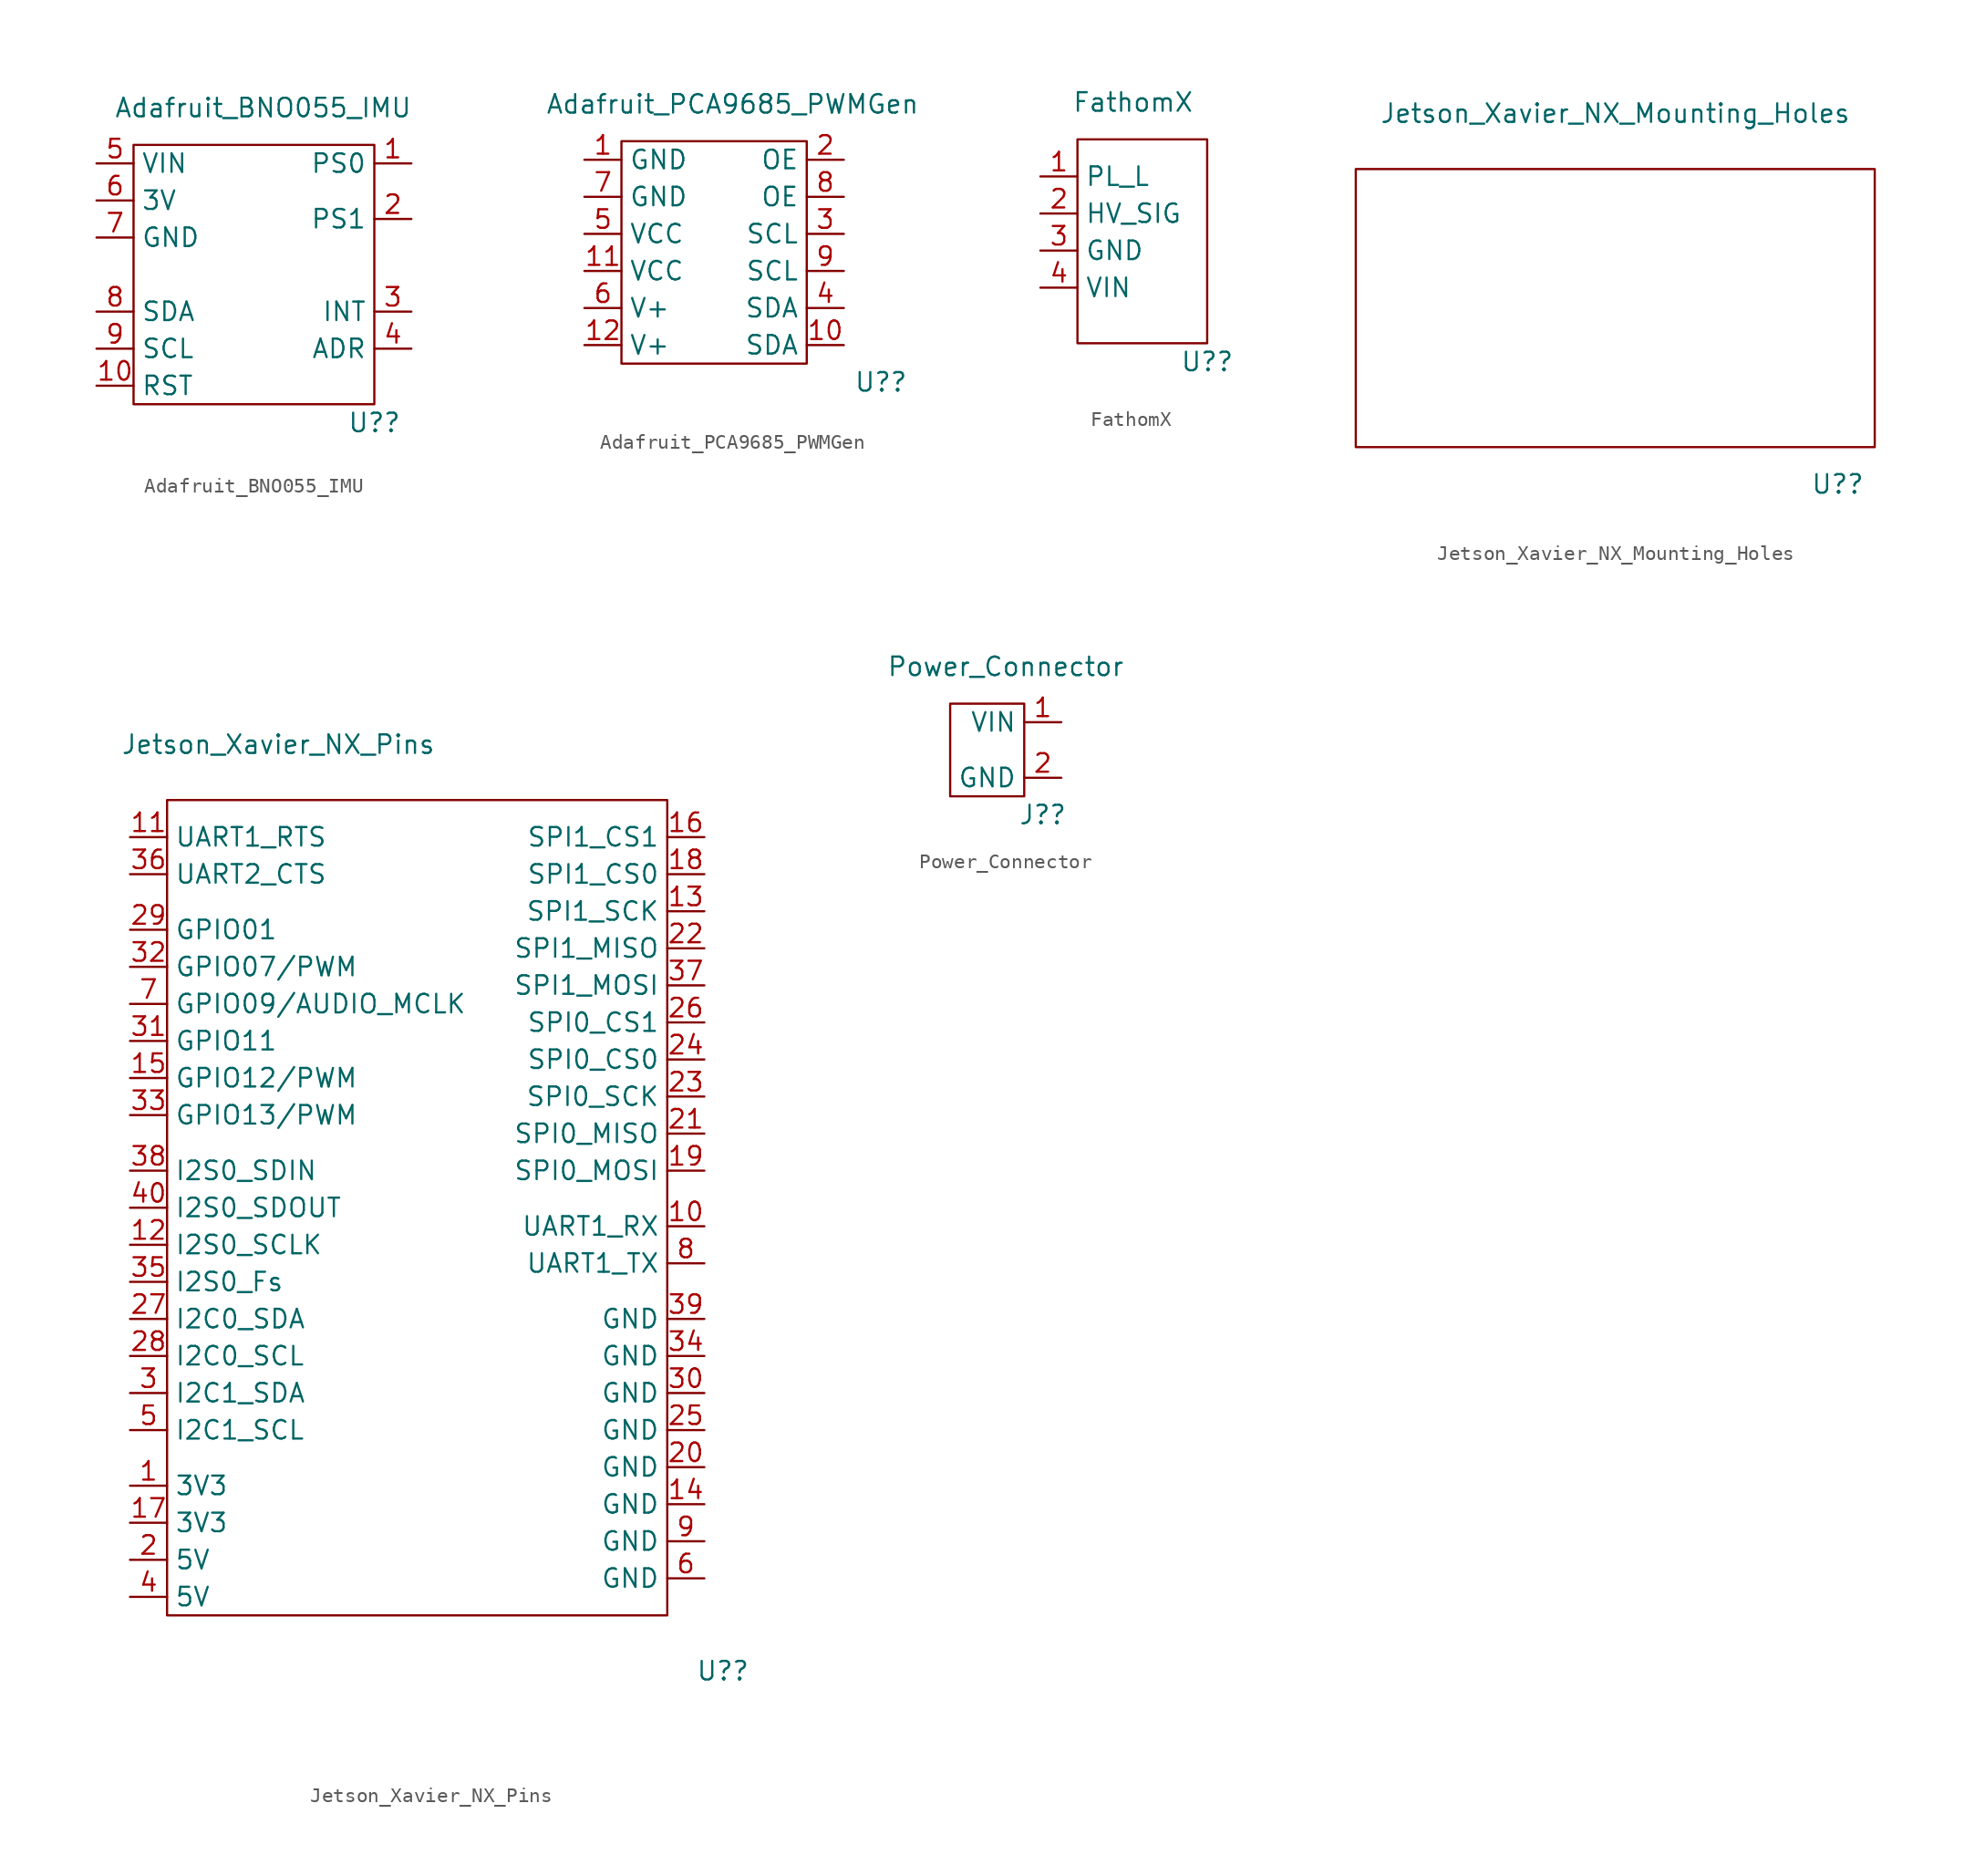
<source format=kicad_sym>
(kicad_symbol_lib
  (version 20211014)
  (generator kicad_symbol_editor)
  (symbol "Adafruit_BNO055_IMU"
    (property "Reference" "U?"
      (at 7.62 -10.16 0)
      (effects (font (size 1.27 1.27))))
    (property "Value" "Adafruit_BNO055_IMU"
      (at 0 11.43 0)
      (effects (font (size 1.27 1.27))))
    (symbol "Adafruit_BNO055_IMU_0_1"
      (rectangle (start -8.89 8.89) (end 7.62 -8.89) (stroke (width 0) (type default) (color 0 0 0 0)) (fill (type none))))
    (symbol "Adafruit_BNO055_IMU_1_1"
      (pin input line (at 10.16 7.62 180) (length 2.54) (name "PS0" (effects (font (size 1.27 1.27)))) (number "1" (effects (font (size 1.27 1.27)))))
      (pin input line (at -11.43 -7.62 0) (length 2.54) (name "RST" (effects (font (size 1.27 1.27)))) (number "10" (effects (font (size 1.27 1.27)))))
      (pin input line (at 10.16 3.81 180) (length 2.54) (name "PS1" (effects (font (size 1.27 1.27)))) (number "2" (effects (font (size 1.27 1.27)))))
      (pin input line (at 10.16 -2.54 180) (length 2.54) (name "INT" (effects (font (size 1.27 1.27)))) (number "3" (effects (font (size 1.27 1.27)))))
      (pin input line (at 10.16 -5.08 180) (length 2.54) (name "ADR" (effects (font (size 1.27 1.27)))) (number "4" (effects (font (size 1.27 1.27)))))
      (pin input line (at -11.43 7.62 0) (length 2.54) (name "VIN" (effects (font (size 1.27 1.27)))) (number "5" (effects (font (size 1.27 1.27)))))
      (pin input line (at -11.43 5.08 0) (length 2.54) (name "3V" (effects (font (size 1.27 1.27)))) (number "6" (effects (font (size 1.27 1.27)))))
      (pin input line (at -11.43 2.54 0) (length 2.54) (name "GND" (effects (font (size 1.27 1.27)))) (number "7" (effects (font (size 1.27 1.27)))))
      (pin input line (at -11.43 -2.54 0) (length 2.54) (name "SDA" (effects (font (size 1.27 1.27)))) (number "8" (effects (font (size 1.27 1.27)))))
      (pin input line (at -11.43 -5.08 0) (length 2.54) (name "SCL" (effects (font (size 1.27 1.27)))) (number "9" (effects (font (size 1.27 1.27)))))))
  (symbol "Adafruit_PCA9685_PWMGen"
    (property "Reference" "U?"
      (at 6.35 -11.43 0)
      (effects (font (size 1.27 1.27))))
    (property "Value" "Adafruit_PCA9685_PWMGen"
      (at -3.81 7.62 0)
      (effects (font (size 1.27 1.27))))
    (symbol "Adafruit_PCA9685_PWMGen_0_1"
      (rectangle (start -11.43 5.08) (end 1.27 -10.16) (stroke (width 0) (type default) (color 0 0 0 0)) (fill (type none))))
    (symbol "Adafruit_PCA9685_PWMGen_1_1"
      (pin input line (at -13.97 3.81 0) (length 2.54) (name "GND" (effects (font (size 1.27 1.27)))) (number "1" (effects (font (size 1.27 1.27)))))
      (pin input line (at 3.81 -8.89 180) (length 2.54) (name "SDA" (effects (font (size 1.27 1.27)))) (number "10" (effects (font (size 1.27 1.27)))))
      (pin input line (at -13.97 -3.81 0) (length 2.54) (name "VCC" (effects (font (size 1.27 1.27)))) (number "11" (effects (font (size 1.27 1.27)))))
      (pin input line (at -13.97 -8.89 0) (length 2.54) (name "V+" (effects (font (size 1.27 1.27)))) (number "12" (effects (font (size 1.27 1.27)))))
      (pin input line (at 3.81 3.81 180) (length 2.54) (name "OE" (effects (font (size 1.27 1.27)))) (number "2" (effects (font (size 1.27 1.27)))))
      (pin input line (at 3.81 -1.27 180) (length 2.54) (name "SCL" (effects (font (size 1.27 1.27)))) (number "3" (effects (font (size 1.27 1.27)))))
      (pin input line (at 3.81 -6.35 180) (length 2.54) (name "SDA" (effects (font (size 1.27 1.27)))) (number "4" (effects (font (size 1.27 1.27)))))
      (pin input line (at -13.97 -1.27 0) (length 2.54) (name "VCC" (effects (font (size 1.27 1.27)))) (number "5" (effects (font (size 1.27 1.27)))))
      (pin input line (at -13.97 -6.35 0) (length 2.54) (name "V+" (effects (font (size 1.27 1.27)))) (number "6" (effects (font (size 1.27 1.27)))))
      (pin input line (at -13.97 1.27 0) (length 2.54) (name "GND" (effects (font (size 1.27 1.27)))) (number "7" (effects (font (size 1.27 1.27)))))
      (pin input line (at 3.81 1.27 180) (length 2.54) (name "OE" (effects (font (size 1.27 1.27)))) (number "8" (effects (font (size 1.27 1.27)))))
      (pin input line (at 3.81 -3.81 180) (length 2.54) (name "SCL" (effects (font (size 1.27 1.27)))) (number "9" (effects (font (size 1.27 1.27)))))))
  (symbol "FathomX"
    (property "Reference" "U?"
      (at 5.08 -8.89 0)
      (effects (font (size 1.27 1.27))))
    (property "Value" "FathomX"
      (at 0 8.89 0)
      (effects (font (size 1.27 1.27))))
    (symbol "FathomX_0_1"
      (rectangle (start -3.81 6.35) (end 5.08 -7.62) (stroke (width 0) (type default) (color 0 0 0 0)) (fill (type none))))
    (symbol "FathomX_1_1"
      (pin input line (at -6.35 3.81 0) (length 2.54) (name "PL_L" (effects (font (size 1.27 1.27)))) (number "1" (effects (font (size 1.27 1.27)))))
      (pin input line (at -6.35 1.27 0) (length 2.54) (name "HV_SIG" (effects (font (size 1.27 1.27)))) (number "2" (effects (font (size 1.27 1.27)))))
      (pin input line (at -6.35 -1.27 0) (length 2.54) (name "GND" (effects (font (size 1.27 1.27)))) (number "3" (effects (font (size 1.27 1.27)))))
      (pin input line (at -6.35 -3.81 0) (length 2.54) (name "VIN" (effects (font (size 1.27 1.27)))) (number "4" (effects (font (size 1.27 1.27)))))))
  (symbol "Jetson_Xavier_NX_Mounting_Holes"
    (property "Reference" "U?"
      (at 15.24 -11.43 0)
      (effects (font (size 1.27 1.27))))
    (property "Value" "Jetson_Xavier_NX_Mounting_Holes"
      (at 0 13.97 0)
      (effects (font (size 1.27 1.27))))
    (symbol "Jetson_Xavier_NX_Mounting_Holes_0_1"
      (rectangle (start -17.78 10.16) (end 17.78 -8.89) (stroke (width 0) (type default) (color 0 0 0 0)) (fill (type none)))))
  (symbol "Jetson_Xavier_NX_Pins"
    (property "Reference" "U?"
      (at 20.32 -33.02 0)
      (effects (font (size 1.27 1.27))))
    (property "Value" "Jetson_Xavier_NX_Pins"
      (at -10.16 30.48 0)
      (effects (font (size 1.27 1.27))))
    (symbol "Jetson_Xavier_NX_Pins_0_1"
      (rectangle (start -17.78 26.67) (end 16.51 -29.21) (stroke (width 0) (type default) (color 0 0 0 0)) (fill (type none))))
    (symbol "Jetson_Xavier_NX_Pins_1_1"
      (pin input line (at -20.32 -20.32 0) (length 2.54) (name "3V3" (effects (font (size 1.27 1.27)))) (number "1" (effects (font (size 1.27 1.27)))))
      (pin input line (at 19.05 -2.54 180) (length 2.54) (name "UART1_RX" (effects (font (size 1.27 1.27)))) (number "10" (effects (font (size 1.27 1.27)))))
      (pin input line (at -20.32 24.13 0) (length 2.54) (name "UART1_RTS" (effects (font (size 1.27 1.27)))) (number "11" (effects (font (size 1.27 1.27)))))
      (pin input line (at -20.32 -3.81 0) (length 2.54) (name "I2S0_SCLK" (effects (font (size 1.27 1.27)))) (number "12" (effects (font (size 1.27 1.27)))))
      (pin input line (at 19.05 19.05 180) (length 2.54) (name "SPI1_SCK" (effects (font (size 1.27 1.27)))) (number "13" (effects (font (size 1.27 1.27)))))
      (pin input line (at 19.05 -21.59 180) (length 2.54) (name "GND" (effects (font (size 1.27 1.27)))) (number "14" (effects (font (size 1.27 1.27)))))
      (pin input line (at -20.32 7.62 0) (length 2.54) (name "GPIO12/PWM" (effects (font (size 1.27 1.27)))) (number "15" (effects (font (size 1.27 1.27)))))
      (pin input line (at 19.05 24.13 180) (length 2.54) (name "SPI1_CS1" (effects (font (size 1.27 1.27)))) (number "16" (effects (font (size 1.27 1.27)))))
      (pin input line (at -20.32 -22.86 0) (length 2.54) (name "3V3" (effects (font (size 1.27 1.27)))) (number "17" (effects (font (size 1.27 1.27)))))
      (pin input line (at 19.05 21.59 180) (length 2.54) (name "SPI1_CS0" (effects (font (size 1.27 1.27)))) (number "18" (effects (font (size 1.27 1.27)))))
      (pin input line (at 19.05 1.27 180) (length 2.54) (name "SPI0_MOSI" (effects (font (size 1.27 1.27)))) (number "19" (effects (font (size 1.27 1.27)))))
      (pin input line (at -20.32 -25.4 0) (length 2.54) (name "5V" (effects (font (size 1.27 1.27)))) (number "2" (effects (font (size 1.27 1.27)))))
      (pin input line (at 19.05 -19.05 180) (length 2.54) (name "GND" (effects (font (size 1.27 1.27)))) (number "20" (effects (font (size 1.27 1.27)))))
      (pin input line (at 19.05 3.81 180) (length 2.54) (name "SPI0_MISO" (effects (font (size 1.27 1.27)))) (number "21" (effects (font (size 1.27 1.27)))))
      (pin input line (at 19.05 16.51 180) (length 2.54) (name "SPI1_MISO" (effects (font (size 1.27 1.27)))) (number "22" (effects (font (size 1.27 1.27)))))
      (pin input line (at 19.05 6.35 180) (length 2.54) (name "SPI0_SCK" (effects (font (size 1.27 1.27)))) (number "23" (effects (font (size 1.27 1.27)))))
      (pin input line (at 19.05 8.89 180) (length 2.54) (name "SPI0_CS0" (effects (font (size 1.27 1.27)))) (number "24" (effects (font (size 1.27 1.27)))))
      (pin input line (at 19.05 -16.51 180) (length 2.54) (name "GND" (effects (font (size 1.27 1.27)))) (number "25" (effects (font (size 1.27 1.27)))))
      (pin input line (at 19.05 11.43 180) (length 2.54) (name "SPI0_CS1" (effects (font (size 1.27 1.27)))) (number "26" (effects (font (size 1.27 1.27)))))
      (pin input line (at -20.32 -8.89 0) (length 2.54) (name "I2C0_SDA" (effects (font (size 1.27 1.27)))) (number "27" (effects (font (size 1.27 1.27)))))
      (pin input line (at -20.32 -11.43 0) (length 2.54) (name "I2C0_SCL" (effects (font (size 1.27 1.27)))) (number "28" (effects (font (size 1.27 1.27)))))
      (pin input line (at -20.32 17.78 0) (length 2.54) (name "GPIO01" (effects (font (size 1.27 1.27)))) (number "29" (effects (font (size 1.27 1.27)))))
      (pin input line (at -20.32 -13.97 0) (length 2.54) (name "I2C1_SDA" (effects (font (size 1.27 1.27)))) (number "3" (effects (font (size 1.27 1.27)))))
      (pin input line (at 19.05 -13.97 180) (length 2.54) (name "GND" (effects (font (size 1.27 1.27)))) (number "30" (effects (font (size 1.27 1.27)))))
      (pin input line (at -20.32 10.16 0) (length 2.54) (name "GPIO11" (effects (font (size 1.27 1.27)))) (number "31" (effects (font (size 1.27 1.27)))))
      (pin input line (at -20.32 15.24 0) (length 2.54) (name "GPIO07/PWM" (effects (font (size 1.27 1.27)))) (number "32" (effects (font (size 1.27 1.27)))))
      (pin input line (at -20.32 5.08 0) (length 2.54) (name "GPIO13/PWM" (effects (font (size 1.27 1.27)))) (number "33" (effects (font (size 1.27 1.27)))))
      (pin input line (at 19.05 -11.43 180) (length 2.54) (name "GND" (effects (font (size 1.27 1.27)))) (number "34" (effects (font (size 1.27 1.27)))))
      (pin input line (at -20.32 -6.35 0) (length 2.54) (name "I2S0_Fs" (effects (font (size 1.27 1.27)))) (number "35" (effects (font (size 1.27 1.27)))))
      (pin input line (at -20.32 21.59 0) (length 2.54) (name "UART2_CTS" (effects (font (size 1.27 1.27)))) (number "36" (effects (font (size 1.27 1.27)))))
      (pin input line (at 19.05 13.97 180) (length 2.54) (name "SPI1_MOSI" (effects (font (size 1.27 1.27)))) (number "37" (effects (font (size 1.27 1.27)))))
      (pin input line (at -20.32 1.27 0) (length 2.54) (name "I2S0_SDIN" (effects (font (size 1.27 1.27)))) (number "38" (effects (font (size 1.27 1.27)))))
      (pin input line (at 19.05 -8.89 180) (length 2.54) (name "GND" (effects (font (size 1.27 1.27)))) (number "39" (effects (font (size 1.27 1.27)))))
      (pin input line (at -20.32 -27.94 0) (length 2.54) (name "5V" (effects (font (size 1.27 1.27)))) (number "4" (effects (font (size 1.27 1.27)))))
      (pin input line (at -20.32 -1.27 0) (length 2.54) (name "I2S0_SDOUT" (effects (font (size 1.27 1.27)))) (number "40" (effects (font (size 1.27 1.27)))))
      (pin input line (at -20.32 -16.51 0) (length 2.54) (name "I2C1_SCL" (effects (font (size 1.27 1.27)))) (number "5" (effects (font (size 1.27 1.27)))))
      (pin input line (at 19.05 -26.67 180) (length 2.54) (name "GND" (effects (font (size 1.27 1.27)))) (number "6" (effects (font (size 1.27 1.27)))))
      (pin input line (at -20.32 12.7 0) (length 2.54) (name "GPIO09/AUDIO_MCLK" (effects (font (size 1.27 1.27)))) (number "7" (effects (font (size 1.27 1.27)))))
      (pin input line (at 19.05 -5.08 180) (length 2.54) (name "UART1_TX" (effects (font (size 1.27 1.27)))) (number "8" (effects (font (size 1.27 1.27)))))
      (pin input line (at 19.05 -24.13 180) (length 2.54) (name "GND" (effects (font (size 1.27 1.27)))) (number "9" (effects (font (size 1.27 1.27)))))))
  (symbol "Power_Connector"
    (property "Reference" "J?"
      (at 3.81 -5.08 0)
      (effects (font (size 1.27 1.27))))
    (property "Value" "Power_Connector"
      (at 1.27 5.08 0)
      (effects (font (size 1.27 1.27))))
    (symbol "Power_Connector_0_1"
      (rectangle (start 2.54 2.54) (end -2.54 -3.81) (stroke (width 0) (type default) (color 0 0 0 0)) (fill (type none))))
    (symbol "Power_Connector_1_1"
      (pin input line (at 5.08 1.27 180) (length 2.54) (name "VIN" (effects (font (size 1.27 1.27)))) (number "1" (effects (font (size 1.27 1.27)))))
      (pin input line (at 5.08 -2.54 180) (length 2.54) (name "GND" (effects (font (size 1.27 1.27)))) (number "2" (effects (font (size 1.27 1.27))))))))
</source>
